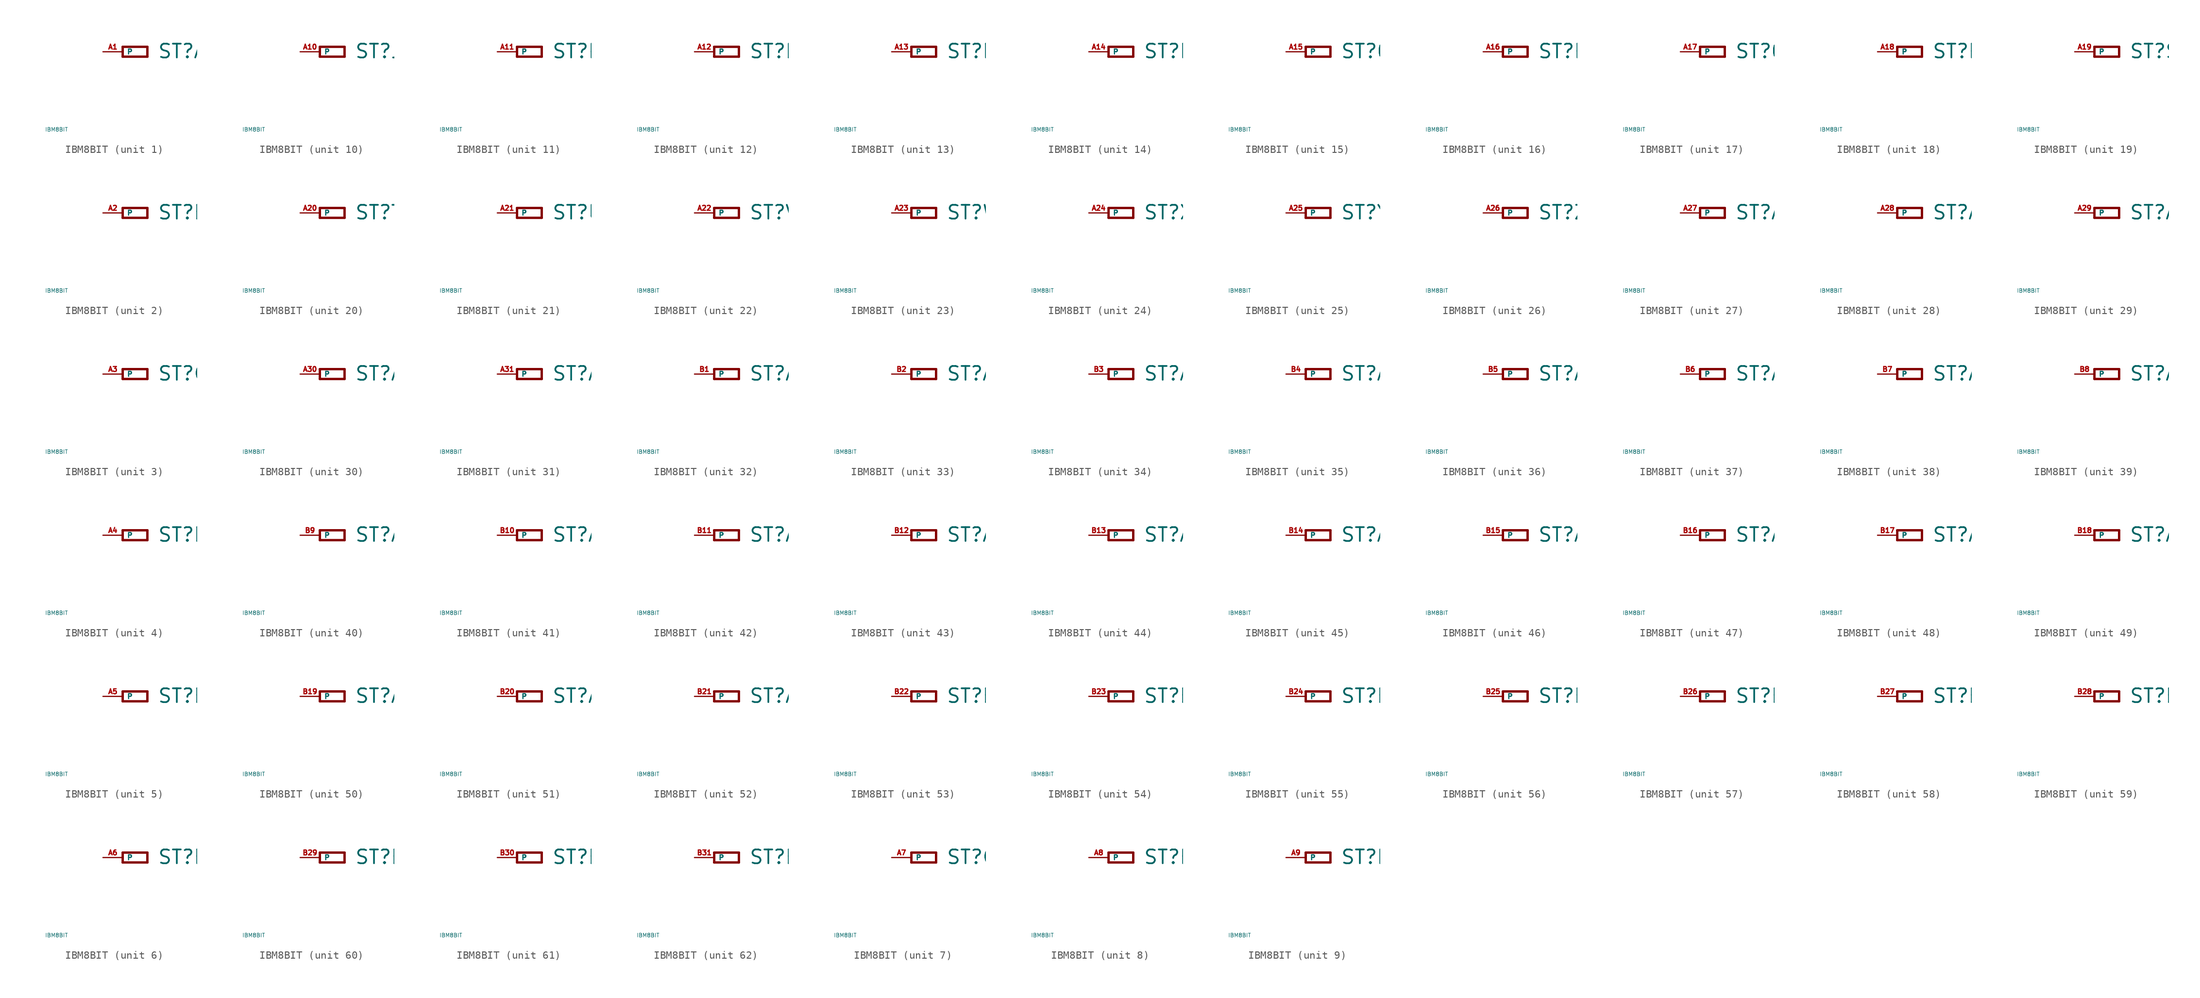
<source format=kicad_sym>
(kicad_symbol_lib
  (version 20220914)
  (generator Eagle2Kicad)
  (symbol "IBM8BIT"
    (property "Reference" "ST"
      (at 4.445 -0.965 0)
      (effects (font (size 1.778 1.778) (thickness 0.22)) (justify left bottom)))
    (property "Value" "IBM8BIT"
      (at -10 -10 0)
      (effects (font (size 0.5 0.5) (thickness 0.06)) (justify left)))
    (symbol "IBM8BIT_1_0"
      (polyline (pts (xy 0 0.635) (xy 3.175 0.635)) (stroke (width 0.305) (type default)) (fill (type none)))
      (polyline (pts (xy 3.175 0.635) (xy 3.175 -0.635)) (stroke (width 0.305) (type default)) (fill (type none)))
      (polyline (pts (xy 3.175 -0.635) (xy 0 -0.635)) (stroke (width 0.305) (type default)) (fill (type none)))
      (polyline (pts (xy 0 -0.635) (xy 0 0.635)) (stroke (width 0.305) (type default)) (fill (type none)))
      (pin bidirectional line (at -2.54 0 0) (length 2.54) (name "P" (effects (font (size 0.635 0.635) (thickness 0.08)) (justify left bottom))) (number "A1" (effects (font (size 0.635 0.635) (thickness 0.08)) (justify left bottom)))))
    (symbol "IBM8BIT_2_0"
      (polyline (pts (xy 0 0.635) (xy 3.175 0.635)) (stroke (width 0.305) (type default)) (fill (type none)))
      (polyline (pts (xy 3.175 0.635) (xy 3.175 -0.635)) (stroke (width 0.305) (type default)) (fill (type none)))
      (polyline (pts (xy 3.175 -0.635) (xy 0 -0.635)) (stroke (width 0.305) (type default)) (fill (type none)))
      (polyline (pts (xy 0 -0.635) (xy 0 0.635)) (stroke (width 0.305) (type default)) (fill (type none)))
      (pin bidirectional line (at -2.54 0 0) (length 2.54) (name "P" (effects (font (size 0.635 0.635) (thickness 0.08)) (justify left bottom))) (number "A2" (effects (font (size 0.635 0.635) (thickness 0.08)) (justify left bottom)))))
    (symbol "IBM8BIT_3_0"
      (polyline (pts (xy 0 0.635) (xy 3.175 0.635)) (stroke (width 0.305) (type default)) (fill (type none)))
      (polyline (pts (xy 3.175 0.635) (xy 3.175 -0.635)) (stroke (width 0.305) (type default)) (fill (type none)))
      (polyline (pts (xy 3.175 -0.635) (xy 0 -0.635)) (stroke (width 0.305) (type default)) (fill (type none)))
      (polyline (pts (xy 0 -0.635) (xy 0 0.635)) (stroke (width 0.305) (type default)) (fill (type none)))
      (pin bidirectional line (at -2.54 0 0) (length 2.54) (name "P" (effects (font (size 0.635 0.635) (thickness 0.08)) (justify left bottom))) (number "A3" (effects (font (size 0.635 0.635) (thickness 0.08)) (justify left bottom)))))
    (symbol "IBM8BIT_4_0"
      (polyline (pts (xy 0 0.635) (xy 3.175 0.635)) (stroke (width 0.305) (type default)) (fill (type none)))
      (polyline (pts (xy 3.175 0.635) (xy 3.175 -0.635)) (stroke (width 0.305) (type default)) (fill (type none)))
      (polyline (pts (xy 3.175 -0.635) (xy 0 -0.635)) (stroke (width 0.305) (type default)) (fill (type none)))
      (polyline (pts (xy 0 -0.635) (xy 0 0.635)) (stroke (width 0.305) (type default)) (fill (type none)))
      (pin bidirectional line (at -2.54 0 0) (length 2.54) (name "P" (effects (font (size 0.635 0.635) (thickness 0.08)) (justify left bottom))) (number "A4" (effects (font (size 0.635 0.635) (thickness 0.08)) (justify left bottom)))))
    (symbol "IBM8BIT_5_0"
      (polyline (pts (xy 0 0.635) (xy 3.175 0.635)) (stroke (width 0.305) (type default)) (fill (type none)))
      (polyline (pts (xy 3.175 0.635) (xy 3.175 -0.635)) (stroke (width 0.305) (type default)) (fill (type none)))
      (polyline (pts (xy 3.175 -0.635) (xy 0 -0.635)) (stroke (width 0.305) (type default)) (fill (type none)))
      (polyline (pts (xy 0 -0.635) (xy 0 0.635)) (stroke (width 0.305) (type default)) (fill (type none)))
      (pin bidirectional line (at -2.54 0 0) (length 2.54) (name "P" (effects (font (size 0.635 0.635) (thickness 0.08)) (justify left bottom))) (number "A5" (effects (font (size 0.635 0.635) (thickness 0.08)) (justify left bottom)))))
    (symbol "IBM8BIT_6_0"
      (polyline (pts (xy 0 0.635) (xy 3.175 0.635)) (stroke (width 0.305) (type default)) (fill (type none)))
      (polyline (pts (xy 3.175 0.635) (xy 3.175 -0.635)) (stroke (width 0.305) (type default)) (fill (type none)))
      (polyline (pts (xy 3.175 -0.635) (xy 0 -0.635)) (stroke (width 0.305) (type default)) (fill (type none)))
      (polyline (pts (xy 0 -0.635) (xy 0 0.635)) (stroke (width 0.305) (type default)) (fill (type none)))
      (pin bidirectional line (at -2.54 0 0) (length 2.54) (name "P" (effects (font (size 0.635 0.635) (thickness 0.08)) (justify left bottom))) (number "A6" (effects (font (size 0.635 0.635) (thickness 0.08)) (justify left bottom)))))
    (symbol "IBM8BIT_7_0"
      (polyline (pts (xy 0 0.635) (xy 3.175 0.635)) (stroke (width 0.305) (type default)) (fill (type none)))
      (polyline (pts (xy 3.175 0.635) (xy 3.175 -0.635)) (stroke (width 0.305) (type default)) (fill (type none)))
      (polyline (pts (xy 3.175 -0.635) (xy 0 -0.635)) (stroke (width 0.305) (type default)) (fill (type none)))
      (polyline (pts (xy 0 -0.635) (xy 0 0.635)) (stroke (width 0.305) (type default)) (fill (type none)))
      (pin bidirectional line (at -2.54 0 0) (length 2.54) (name "P" (effects (font (size 0.635 0.635) (thickness 0.08)) (justify left bottom))) (number "A7" (effects (font (size 0.635 0.635) (thickness 0.08)) (justify left bottom)))))
    (symbol "IBM8BIT_8_0"
      (polyline (pts (xy 0 0.635) (xy 3.175 0.635)) (stroke (width 0.305) (type default)) (fill (type none)))
      (polyline (pts (xy 3.175 0.635) (xy 3.175 -0.635)) (stroke (width 0.305) (type default)) (fill (type none)))
      (polyline (pts (xy 3.175 -0.635) (xy 0 -0.635)) (stroke (width 0.305) (type default)) (fill (type none)))
      (polyline (pts (xy 0 -0.635) (xy 0 0.635)) (stroke (width 0.305) (type default)) (fill (type none)))
      (pin bidirectional line (at -2.54 0 0) (length 2.54) (name "P" (effects (font (size 0.635 0.635) (thickness 0.08)) (justify left bottom))) (number "A8" (effects (font (size 0.635 0.635) (thickness 0.08)) (justify left bottom)))))
    (symbol "IBM8BIT_9_0"
      (polyline (pts (xy 0 0.635) (xy 3.175 0.635)) (stroke (width 0.305) (type default)) (fill (type none)))
      (polyline (pts (xy 3.175 0.635) (xy 3.175 -0.635)) (stroke (width 0.305) (type default)) (fill (type none)))
      (polyline (pts (xy 3.175 -0.635) (xy 0 -0.635)) (stroke (width 0.305) (type default)) (fill (type none)))
      (polyline (pts (xy 0 -0.635) (xy 0 0.635)) (stroke (width 0.305) (type default)) (fill (type none)))
      (pin bidirectional line (at -2.54 0 0) (length 2.54) (name "P" (effects (font (size 0.635 0.635) (thickness 0.08)) (justify left bottom))) (number "A9" (effects (font (size 0.635 0.635) (thickness 0.08)) (justify left bottom)))))
    (symbol "IBM8BIT_10_0"
      (polyline (pts (xy 0 0.635) (xy 3.175 0.635)) (stroke (width 0.305) (type default)) (fill (type none)))
      (polyline (pts (xy 3.175 0.635) (xy 3.175 -0.635)) (stroke (width 0.305) (type default)) (fill (type none)))
      (polyline (pts (xy 3.175 -0.635) (xy 0 -0.635)) (stroke (width 0.305) (type default)) (fill (type none)))
      (polyline (pts (xy 0 -0.635) (xy 0 0.635)) (stroke (width 0.305) (type default)) (fill (type none)))
      (pin bidirectional line (at -2.54 0 0) (length 2.54) (name "P" (effects (font (size 0.635 0.635) (thickness 0.08)) (justify left bottom))) (number "A10" (effects (font (size 0.635 0.635) (thickness 0.08)) (justify left bottom)))))
    (symbol "IBM8BIT_11_0"
      (polyline (pts (xy 0 0.635) (xy 3.175 0.635)) (stroke (width 0.305) (type default)) (fill (type none)))
      (polyline (pts (xy 3.175 0.635) (xy 3.175 -0.635)) (stroke (width 0.305) (type default)) (fill (type none)))
      (polyline (pts (xy 3.175 -0.635) (xy 0 -0.635)) (stroke (width 0.305) (type default)) (fill (type none)))
      (polyline (pts (xy 0 -0.635) (xy 0 0.635)) (stroke (width 0.305) (type default)) (fill (type none)))
      (pin bidirectional line (at -2.54 0 0) (length 2.54) (name "P" (effects (font (size 0.635 0.635) (thickness 0.08)) (justify left bottom))) (number "A11" (effects (font (size 0.635 0.635) (thickness 0.08)) (justify left bottom)))))
    (symbol "IBM8BIT_12_0"
      (polyline (pts (xy 0 0.635) (xy 3.175 0.635)) (stroke (width 0.305) (type default)) (fill (type none)))
      (polyline (pts (xy 3.175 0.635) (xy 3.175 -0.635)) (stroke (width 0.305) (type default)) (fill (type none)))
      (polyline (pts (xy 3.175 -0.635) (xy 0 -0.635)) (stroke (width 0.305) (type default)) (fill (type none)))
      (polyline (pts (xy 0 -0.635) (xy 0 0.635)) (stroke (width 0.305) (type default)) (fill (type none)))
      (pin bidirectional line (at -2.54 0 0) (length 2.54) (name "P" (effects (font (size 0.635 0.635) (thickness 0.08)) (justify left bottom))) (number "A12" (effects (font (size 0.635 0.635) (thickness 0.08)) (justify left bottom)))))
    (symbol "IBM8BIT_13_0"
      (polyline (pts (xy 0 0.635) (xy 3.175 0.635)) (stroke (width 0.305) (type default)) (fill (type none)))
      (polyline (pts (xy 3.175 0.635) (xy 3.175 -0.635)) (stroke (width 0.305) (type default)) (fill (type none)))
      (polyline (pts (xy 3.175 -0.635) (xy 0 -0.635)) (stroke (width 0.305) (type default)) (fill (type none)))
      (polyline (pts (xy 0 -0.635) (xy 0 0.635)) (stroke (width 0.305) (type default)) (fill (type none)))
      (pin bidirectional line (at -2.54 0 0) (length 2.54) (name "P" (effects (font (size 0.635 0.635) (thickness 0.08)) (justify left bottom))) (number "A13" (effects (font (size 0.635 0.635) (thickness 0.08)) (justify left bottom)))))
    (symbol "IBM8BIT_14_0"
      (polyline (pts (xy 0 0.635) (xy 3.175 0.635)) (stroke (width 0.305) (type default)) (fill (type none)))
      (polyline (pts (xy 3.175 0.635) (xy 3.175 -0.635)) (stroke (width 0.305) (type default)) (fill (type none)))
      (polyline (pts (xy 3.175 -0.635) (xy 0 -0.635)) (stroke (width 0.305) (type default)) (fill (type none)))
      (polyline (pts (xy 0 -0.635) (xy 0 0.635)) (stroke (width 0.305) (type default)) (fill (type none)))
      (pin bidirectional line (at -2.54 0 0) (length 2.54) (name "P" (effects (font (size 0.635 0.635) (thickness 0.08)) (justify left bottom))) (number "A14" (effects (font (size 0.635 0.635) (thickness 0.08)) (justify left bottom)))))
    (symbol "IBM8BIT_15_0"
      (polyline (pts (xy 0 0.635) (xy 3.175 0.635)) (stroke (width 0.305) (type default)) (fill (type none)))
      (polyline (pts (xy 3.175 0.635) (xy 3.175 -0.635)) (stroke (width 0.305) (type default)) (fill (type none)))
      (polyline (pts (xy 3.175 -0.635) (xy 0 -0.635)) (stroke (width 0.305) (type default)) (fill (type none)))
      (polyline (pts (xy 0 -0.635) (xy 0 0.635)) (stroke (width 0.305) (type default)) (fill (type none)))
      (pin bidirectional line (at -2.54 0 0) (length 2.54) (name "P" (effects (font (size 0.635 0.635) (thickness 0.08)) (justify left bottom))) (number "A15" (effects (font (size 0.635 0.635) (thickness 0.08)) (justify left bottom)))))
    (symbol "IBM8BIT_16_0"
      (polyline (pts (xy 0 0.635) (xy 3.175 0.635)) (stroke (width 0.305) (type default)) (fill (type none)))
      (polyline (pts (xy 3.175 0.635) (xy 3.175 -0.635)) (stroke (width 0.305) (type default)) (fill (type none)))
      (polyline (pts (xy 3.175 -0.635) (xy 0 -0.635)) (stroke (width 0.305) (type default)) (fill (type none)))
      (polyline (pts (xy 0 -0.635) (xy 0 0.635)) (stroke (width 0.305) (type default)) (fill (type none)))
      (pin bidirectional line (at -2.54 0 0) (length 2.54) (name "P" (effects (font (size 0.635 0.635) (thickness 0.08)) (justify left bottom))) (number "A16" (effects (font (size 0.635 0.635) (thickness 0.08)) (justify left bottom)))))
    (symbol "IBM8BIT_17_0"
      (polyline (pts (xy 0 0.635) (xy 3.175 0.635)) (stroke (width 0.305) (type default)) (fill (type none)))
      (polyline (pts (xy 3.175 0.635) (xy 3.175 -0.635)) (stroke (width 0.305) (type default)) (fill (type none)))
      (polyline (pts (xy 3.175 -0.635) (xy 0 -0.635)) (stroke (width 0.305) (type default)) (fill (type none)))
      (polyline (pts (xy 0 -0.635) (xy 0 0.635)) (stroke (width 0.305) (type default)) (fill (type none)))
      (pin bidirectional line (at -2.54 0 0) (length 2.54) (name "P" (effects (font (size 0.635 0.635) (thickness 0.08)) (justify left bottom))) (number "A17" (effects (font (size 0.635 0.635) (thickness 0.08)) (justify left bottom)))))
    (symbol "IBM8BIT_18_0"
      (polyline (pts (xy 0 0.635) (xy 3.175 0.635)) (stroke (width 0.305) (type default)) (fill (type none)))
      (polyline (pts (xy 3.175 0.635) (xy 3.175 -0.635)) (stroke (width 0.305) (type default)) (fill (type none)))
      (polyline (pts (xy 3.175 -0.635) (xy 0 -0.635)) (stroke (width 0.305) (type default)) (fill (type none)))
      (polyline (pts (xy 0 -0.635) (xy 0 0.635)) (stroke (width 0.305) (type default)) (fill (type none)))
      (pin bidirectional line (at -2.54 0 0) (length 2.54) (name "P" (effects (font (size 0.635 0.635) (thickness 0.08)) (justify left bottom))) (number "A18" (effects (font (size 0.635 0.635) (thickness 0.08)) (justify left bottom)))))
    (symbol "IBM8BIT_19_0"
      (polyline (pts (xy 0 0.635) (xy 3.175 0.635)) (stroke (width 0.305) (type default)) (fill (type none)))
      (polyline (pts (xy 3.175 0.635) (xy 3.175 -0.635)) (stroke (width 0.305) (type default)) (fill (type none)))
      (polyline (pts (xy 3.175 -0.635) (xy 0 -0.635)) (stroke (width 0.305) (type default)) (fill (type none)))
      (polyline (pts (xy 0 -0.635) (xy 0 0.635)) (stroke (width 0.305) (type default)) (fill (type none)))
      (pin bidirectional line (at -2.54 0 0) (length 2.54) (name "P" (effects (font (size 0.635 0.635) (thickness 0.08)) (justify left bottom))) (number "A19" (effects (font (size 0.635 0.635) (thickness 0.08)) (justify left bottom)))))
    (symbol "IBM8BIT_20_0"
      (polyline (pts (xy 0 0.635) (xy 3.175 0.635)) (stroke (width 0.305) (type default)) (fill (type none)))
      (polyline (pts (xy 3.175 0.635) (xy 3.175 -0.635)) (stroke (width 0.305) (type default)) (fill (type none)))
      (polyline (pts (xy 3.175 -0.635) (xy 0 -0.635)) (stroke (width 0.305) (type default)) (fill (type none)))
      (polyline (pts (xy 0 -0.635) (xy 0 0.635)) (stroke (width 0.305) (type default)) (fill (type none)))
      (pin bidirectional line (at -2.54 0 0) (length 2.54) (name "P" (effects (font (size 0.635 0.635) (thickness 0.08)) (justify left bottom))) (number "A20" (effects (font (size 0.635 0.635) (thickness 0.08)) (justify left bottom)))))
    (symbol "IBM8BIT_21_0"
      (polyline (pts (xy 0 0.635) (xy 3.175 0.635)) (stroke (width 0.305) (type default)) (fill (type none)))
      (polyline (pts (xy 3.175 0.635) (xy 3.175 -0.635)) (stroke (width 0.305) (type default)) (fill (type none)))
      (polyline (pts (xy 3.175 -0.635) (xy 0 -0.635)) (stroke (width 0.305) (type default)) (fill (type none)))
      (polyline (pts (xy 0 -0.635) (xy 0 0.635)) (stroke (width 0.305) (type default)) (fill (type none)))
      (pin bidirectional line (at -2.54 0 0) (length 2.54) (name "P" (effects (font (size 0.635 0.635) (thickness 0.08)) (justify left bottom))) (number "A21" (effects (font (size 0.635 0.635) (thickness 0.08)) (justify left bottom)))))
    (symbol "IBM8BIT_22_0"
      (polyline (pts (xy 0 0.635) (xy 3.175 0.635)) (stroke (width 0.305) (type default)) (fill (type none)))
      (polyline (pts (xy 3.175 0.635) (xy 3.175 -0.635)) (stroke (width 0.305) (type default)) (fill (type none)))
      (polyline (pts (xy 3.175 -0.635) (xy 0 -0.635)) (stroke (width 0.305) (type default)) (fill (type none)))
      (polyline (pts (xy 0 -0.635) (xy 0 0.635)) (stroke (width 0.305) (type default)) (fill (type none)))
      (pin bidirectional line (at -2.54 0 0) (length 2.54) (name "P" (effects (font (size 0.635 0.635) (thickness 0.08)) (justify left bottom))) (number "A22" (effects (font (size 0.635 0.635) (thickness 0.08)) (justify left bottom)))))
    (symbol "IBM8BIT_23_0"
      (polyline (pts (xy 0 0.635) (xy 3.175 0.635)) (stroke (width 0.305) (type default)) (fill (type none)))
      (polyline (pts (xy 3.175 0.635) (xy 3.175 -0.635)) (stroke (width 0.305) (type default)) (fill (type none)))
      (polyline (pts (xy 3.175 -0.635) (xy 0 -0.635)) (stroke (width 0.305) (type default)) (fill (type none)))
      (polyline (pts (xy 0 -0.635) (xy 0 0.635)) (stroke (width 0.305) (type default)) (fill (type none)))
      (pin bidirectional line (at -2.54 0 0) (length 2.54) (name "P" (effects (font (size 0.635 0.635) (thickness 0.08)) (justify left bottom))) (number "A23" (effects (font (size 0.635 0.635) (thickness 0.08)) (justify left bottom)))))
    (symbol "IBM8BIT_24_0"
      (polyline (pts (xy 0 0.635) (xy 3.175 0.635)) (stroke (width 0.305) (type default)) (fill (type none)))
      (polyline (pts (xy 3.175 0.635) (xy 3.175 -0.635)) (stroke (width 0.305) (type default)) (fill (type none)))
      (polyline (pts (xy 3.175 -0.635) (xy 0 -0.635)) (stroke (width 0.305) (type default)) (fill (type none)))
      (polyline (pts (xy 0 -0.635) (xy 0 0.635)) (stroke (width 0.305) (type default)) (fill (type none)))
      (pin bidirectional line (at -2.54 0 0) (length 2.54) (name "P" (effects (font (size 0.635 0.635) (thickness 0.08)) (justify left bottom))) (number "A24" (effects (font (size 0.635 0.635) (thickness 0.08)) (justify left bottom)))))
    (symbol "IBM8BIT_25_0"
      (polyline (pts (xy 0 0.635) (xy 3.175 0.635)) (stroke (width 0.305) (type default)) (fill (type none)))
      (polyline (pts (xy 3.175 0.635) (xy 3.175 -0.635)) (stroke (width 0.305) (type default)) (fill (type none)))
      (polyline (pts (xy 3.175 -0.635) (xy 0 -0.635)) (stroke (width 0.305) (type default)) (fill (type none)))
      (polyline (pts (xy 0 -0.635) (xy 0 0.635)) (stroke (width 0.305) (type default)) (fill (type none)))
      (pin bidirectional line (at -2.54 0 0) (length 2.54) (name "P" (effects (font (size 0.635 0.635) (thickness 0.08)) (justify left bottom))) (number "A25" (effects (font (size 0.635 0.635) (thickness 0.08)) (justify left bottom)))))
    (symbol "IBM8BIT_26_0"
      (polyline (pts (xy 0 0.635) (xy 3.175 0.635)) (stroke (width 0.305) (type default)) (fill (type none)))
      (polyline (pts (xy 3.175 0.635) (xy 3.175 -0.635)) (stroke (width 0.305) (type default)) (fill (type none)))
      (polyline (pts (xy 3.175 -0.635) (xy 0 -0.635)) (stroke (width 0.305) (type default)) (fill (type none)))
      (polyline (pts (xy 0 -0.635) (xy 0 0.635)) (stroke (width 0.305) (type default)) (fill (type none)))
      (pin bidirectional line (at -2.54 0 0) (length 2.54) (name "P" (effects (font (size 0.635 0.635) (thickness 0.08)) (justify left bottom))) (number "A26" (effects (font (size 0.635 0.635) (thickness 0.08)) (justify left bottom)))))
    (symbol "IBM8BIT_27_0"
      (polyline (pts (xy 0 0.635) (xy 3.175 0.635)) (stroke (width 0.305) (type default)) (fill (type none)))
      (polyline (pts (xy 3.175 0.635) (xy 3.175 -0.635)) (stroke (width 0.305) (type default)) (fill (type none)))
      (polyline (pts (xy 3.175 -0.635) (xy 0 -0.635)) (stroke (width 0.305) (type default)) (fill (type none)))
      (polyline (pts (xy 0 -0.635) (xy 0 0.635)) (stroke (width 0.305) (type default)) (fill (type none)))
      (pin bidirectional line (at -2.54 0 0) (length 2.54) (name "P" (effects (font (size 0.635 0.635) (thickness 0.08)) (justify left bottom))) (number "A27" (effects (font (size 0.635 0.635) (thickness 0.08)) (justify left bottom)))))
    (symbol "IBM8BIT_28_0"
      (polyline (pts (xy 0 0.635) (xy 3.175 0.635)) (stroke (width 0.305) (type default)) (fill (type none)))
      (polyline (pts (xy 3.175 0.635) (xy 3.175 -0.635)) (stroke (width 0.305) (type default)) (fill (type none)))
      (polyline (pts (xy 3.175 -0.635) (xy 0 -0.635)) (stroke (width 0.305) (type default)) (fill (type none)))
      (polyline (pts (xy 0 -0.635) (xy 0 0.635)) (stroke (width 0.305) (type default)) (fill (type none)))
      (pin bidirectional line (at -2.54 0 0) (length 2.54) (name "P" (effects (font (size 0.635 0.635) (thickness 0.08)) (justify left bottom))) (number "A28" (effects (font (size 0.635 0.635) (thickness 0.08)) (justify left bottom)))))
    (symbol "IBM8BIT_29_0"
      (polyline (pts (xy 0 0.635) (xy 3.175 0.635)) (stroke (width 0.305) (type default)) (fill (type none)))
      (polyline (pts (xy 3.175 0.635) (xy 3.175 -0.635)) (stroke (width 0.305) (type default)) (fill (type none)))
      (polyline (pts (xy 3.175 -0.635) (xy 0 -0.635)) (stroke (width 0.305) (type default)) (fill (type none)))
      (polyline (pts (xy 0 -0.635) (xy 0 0.635)) (stroke (width 0.305) (type default)) (fill (type none)))
      (pin bidirectional line (at -2.54 0 0) (length 2.54) (name "P" (effects (font (size 0.635 0.635) (thickness 0.08)) (justify left bottom))) (number "A29" (effects (font (size 0.635 0.635) (thickness 0.08)) (justify left bottom)))))
    (symbol "IBM8BIT_30_0"
      (polyline (pts (xy 0 0.635) (xy 3.175 0.635)) (stroke (width 0.305) (type default)) (fill (type none)))
      (polyline (pts (xy 3.175 0.635) (xy 3.175 -0.635)) (stroke (width 0.305) (type default)) (fill (type none)))
      (polyline (pts (xy 3.175 -0.635) (xy 0 -0.635)) (stroke (width 0.305) (type default)) (fill (type none)))
      (polyline (pts (xy 0 -0.635) (xy 0 0.635)) (stroke (width 0.305) (type default)) (fill (type none)))
      (pin bidirectional line (at -2.54 0 0) (length 2.54) (name "P" (effects (font (size 0.635 0.635) (thickness 0.08)) (justify left bottom))) (number "A30" (effects (font (size 0.635 0.635) (thickness 0.08)) (justify left bottom)))))
    (symbol "IBM8BIT_31_0"
      (polyline (pts (xy 0 0.635) (xy 3.175 0.635)) (stroke (width 0.305) (type default)) (fill (type none)))
      (polyline (pts (xy 3.175 0.635) (xy 3.175 -0.635)) (stroke (width 0.305) (type default)) (fill (type none)))
      (polyline (pts (xy 3.175 -0.635) (xy 0 -0.635)) (stroke (width 0.305) (type default)) (fill (type none)))
      (polyline (pts (xy 0 -0.635) (xy 0 0.635)) (stroke (width 0.305) (type default)) (fill (type none)))
      (pin bidirectional line (at -2.54 0 0) (length 2.54) (name "P" (effects (font (size 0.635 0.635) (thickness 0.08)) (justify left bottom))) (number "A31" (effects (font (size 0.635 0.635) (thickness 0.08)) (justify left bottom)))))
    (symbol "IBM8BIT_32_0"
      (polyline (pts (xy 0 0.635) (xy 3.175 0.635)) (stroke (width 0.305) (type default)) (fill (type none)))
      (polyline (pts (xy 3.175 0.635) (xy 3.175 -0.635)) (stroke (width 0.305) (type default)) (fill (type none)))
      (polyline (pts (xy 3.175 -0.635) (xy 0 -0.635)) (stroke (width 0.305) (type default)) (fill (type none)))
      (polyline (pts (xy 0 -0.635) (xy 0 0.635)) (stroke (width 0.305) (type default)) (fill (type none)))
      (pin bidirectional line (at -2.54 0 0) (length 2.54) (name "P" (effects (font (size 0.635 0.635) (thickness 0.08)) (justify left bottom))) (number "B1" (effects (font (size 0.635 0.635) (thickness 0.08)) (justify left bottom)))))
    (symbol "IBM8BIT_33_0"
      (polyline (pts (xy 0 0.635) (xy 3.175 0.635)) (stroke (width 0.305) (type default)) (fill (type none)))
      (polyline (pts (xy 3.175 0.635) (xy 3.175 -0.635)) (stroke (width 0.305) (type default)) (fill (type none)))
      (polyline (pts (xy 3.175 -0.635) (xy 0 -0.635)) (stroke (width 0.305) (type default)) (fill (type none)))
      (polyline (pts (xy 0 -0.635) (xy 0 0.635)) (stroke (width 0.305) (type default)) (fill (type none)))
      (pin bidirectional line (at -2.54 0 0) (length 2.54) (name "P" (effects (font (size 0.635 0.635) (thickness 0.08)) (justify left bottom))) (number "B2" (effects (font (size 0.635 0.635) (thickness 0.08)) (justify left bottom)))))
    (symbol "IBM8BIT_34_0"
      (polyline (pts (xy 0 0.635) (xy 3.175 0.635)) (stroke (width 0.305) (type default)) (fill (type none)))
      (polyline (pts (xy 3.175 0.635) (xy 3.175 -0.635)) (stroke (width 0.305) (type default)) (fill (type none)))
      (polyline (pts (xy 3.175 -0.635) (xy 0 -0.635)) (stroke (width 0.305) (type default)) (fill (type none)))
      (polyline (pts (xy 0 -0.635) (xy 0 0.635)) (stroke (width 0.305) (type default)) (fill (type none)))
      (pin bidirectional line (at -2.54 0 0) (length 2.54) (name "P" (effects (font (size 0.635 0.635) (thickness 0.08)) (justify left bottom))) (number "B3" (effects (font (size 0.635 0.635) (thickness 0.08)) (justify left bottom)))))
    (symbol "IBM8BIT_35_0"
      (polyline (pts (xy 0 0.635) (xy 3.175 0.635)) (stroke (width 0.305) (type default)) (fill (type none)))
      (polyline (pts (xy 3.175 0.635) (xy 3.175 -0.635)) (stroke (width 0.305) (type default)) (fill (type none)))
      (polyline (pts (xy 3.175 -0.635) (xy 0 -0.635)) (stroke (width 0.305) (type default)) (fill (type none)))
      (polyline (pts (xy 0 -0.635) (xy 0 0.635)) (stroke (width 0.305) (type default)) (fill (type none)))
      (pin bidirectional line (at -2.54 0 0) (length 2.54) (name "P" (effects (font (size 0.635 0.635) (thickness 0.08)) (justify left bottom))) (number "B4" (effects (font (size 0.635 0.635) (thickness 0.08)) (justify left bottom)))))
    (symbol "IBM8BIT_36_0"
      (polyline (pts (xy 0 0.635) (xy 3.175 0.635)) (stroke (width 0.305) (type default)) (fill (type none)))
      (polyline (pts (xy 3.175 0.635) (xy 3.175 -0.635)) (stroke (width 0.305) (type default)) (fill (type none)))
      (polyline (pts (xy 3.175 -0.635) (xy 0 -0.635)) (stroke (width 0.305) (type default)) (fill (type none)))
      (polyline (pts (xy 0 -0.635) (xy 0 0.635)) (stroke (width 0.305) (type default)) (fill (type none)))
      (pin bidirectional line (at -2.54 0 0) (length 2.54) (name "P" (effects (font (size 0.635 0.635) (thickness 0.08)) (justify left bottom))) (number "B5" (effects (font (size 0.635 0.635) (thickness 0.08)) (justify left bottom)))))
    (symbol "IBM8BIT_37_0"
      (polyline (pts (xy 0 0.635) (xy 3.175 0.635)) (stroke (width 0.305) (type default)) (fill (type none)))
      (polyline (pts (xy 3.175 0.635) (xy 3.175 -0.635)) (stroke (width 0.305) (type default)) (fill (type none)))
      (polyline (pts (xy 3.175 -0.635) (xy 0 -0.635)) (stroke (width 0.305) (type default)) (fill (type none)))
      (polyline (pts (xy 0 -0.635) (xy 0 0.635)) (stroke (width 0.305) (type default)) (fill (type none)))
      (pin bidirectional line (at -2.54 0 0) (length 2.54) (name "P" (effects (font (size 0.635 0.635) (thickness 0.08)) (justify left bottom))) (number "B6" (effects (font (size 0.635 0.635) (thickness 0.08)) (justify left bottom)))))
    (symbol "IBM8BIT_38_0"
      (polyline (pts (xy 0 0.635) (xy 3.175 0.635)) (stroke (width 0.305) (type default)) (fill (type none)))
      (polyline (pts (xy 3.175 0.635) (xy 3.175 -0.635)) (stroke (width 0.305) (type default)) (fill (type none)))
      (polyline (pts (xy 3.175 -0.635) (xy 0 -0.635)) (stroke (width 0.305) (type default)) (fill (type none)))
      (polyline (pts (xy 0 -0.635) (xy 0 0.635)) (stroke (width 0.305) (type default)) (fill (type none)))
      (pin bidirectional line (at -2.54 0 0) (length 2.54) (name "P" (effects (font (size 0.635 0.635) (thickness 0.08)) (justify left bottom))) (number "B7" (effects (font (size 0.635 0.635) (thickness 0.08)) (justify left bottom)))))
    (symbol "IBM8BIT_39_0"
      (polyline (pts (xy 0 0.635) (xy 3.175 0.635)) (stroke (width 0.305) (type default)) (fill (type none)))
      (polyline (pts (xy 3.175 0.635) (xy 3.175 -0.635)) (stroke (width 0.305) (type default)) (fill (type none)))
      (polyline (pts (xy 3.175 -0.635) (xy 0 -0.635)) (stroke (width 0.305) (type default)) (fill (type none)))
      (polyline (pts (xy 0 -0.635) (xy 0 0.635)) (stroke (width 0.305) (type default)) (fill (type none)))
      (pin bidirectional line (at -2.54 0 0) (length 2.54) (name "P" (effects (font (size 0.635 0.635) (thickness 0.08)) (justify left bottom))) (number "B8" (effects (font (size 0.635 0.635) (thickness 0.08)) (justify left bottom)))))
    (symbol "IBM8BIT_40_0"
      (polyline (pts (xy 0 0.635) (xy 3.175 0.635)) (stroke (width 0.305) (type default)) (fill (type none)))
      (polyline (pts (xy 3.175 0.635) (xy 3.175 -0.635)) (stroke (width 0.305) (type default)) (fill (type none)))
      (polyline (pts (xy 3.175 -0.635) (xy 0 -0.635)) (stroke (width 0.305) (type default)) (fill (type none)))
      (polyline (pts (xy 0 -0.635) (xy 0 0.635)) (stroke (width 0.305) (type default)) (fill (type none)))
      (pin bidirectional line (at -2.54 0 0) (length 2.54) (name "P" (effects (font (size 0.635 0.635) (thickness 0.08)) (justify left bottom))) (number "B9" (effects (font (size 0.635 0.635) (thickness 0.08)) (justify left bottom)))))
    (symbol "IBM8BIT_41_0"
      (polyline (pts (xy 0 0.635) (xy 3.175 0.635)) (stroke (width 0.305) (type default)) (fill (type none)))
      (polyline (pts (xy 3.175 0.635) (xy 3.175 -0.635)) (stroke (width 0.305) (type default)) (fill (type none)))
      (polyline (pts (xy 3.175 -0.635) (xy 0 -0.635)) (stroke (width 0.305) (type default)) (fill (type none)))
      (polyline (pts (xy 0 -0.635) (xy 0 0.635)) (stroke (width 0.305) (type default)) (fill (type none)))
      (pin bidirectional line (at -2.54 0 0) (length 2.54) (name "P" (effects (font (size 0.635 0.635) (thickness 0.08)) (justify left bottom))) (number "B10" (effects (font (size 0.635 0.635) (thickness 0.08)) (justify left bottom)))))
    (symbol "IBM8BIT_42_0"
      (polyline (pts (xy 0 0.635) (xy 3.175 0.635)) (stroke (width 0.305) (type default)) (fill (type none)))
      (polyline (pts (xy 3.175 0.635) (xy 3.175 -0.635)) (stroke (width 0.305) (type default)) (fill (type none)))
      (polyline (pts (xy 3.175 -0.635) (xy 0 -0.635)) (stroke (width 0.305) (type default)) (fill (type none)))
      (polyline (pts (xy 0 -0.635) (xy 0 0.635)) (stroke (width 0.305) (type default)) (fill (type none)))
      (pin bidirectional line (at -2.54 0 0) (length 2.54) (name "P" (effects (font (size 0.635 0.635) (thickness 0.08)) (justify left bottom))) (number "B11" (effects (font (size 0.635 0.635) (thickness 0.08)) (justify left bottom)))))
    (symbol "IBM8BIT_43_0"
      (polyline (pts (xy 0 0.635) (xy 3.175 0.635)) (stroke (width 0.305) (type default)) (fill (type none)))
      (polyline (pts (xy 3.175 0.635) (xy 3.175 -0.635)) (stroke (width 0.305) (type default)) (fill (type none)))
      (polyline (pts (xy 3.175 -0.635) (xy 0 -0.635)) (stroke (width 0.305) (type default)) (fill (type none)))
      (polyline (pts (xy 0 -0.635) (xy 0 0.635)) (stroke (width 0.305) (type default)) (fill (type none)))
      (pin bidirectional line (at -2.54 0 0) (length 2.54) (name "P" (effects (font (size 0.635 0.635) (thickness 0.08)) (justify left bottom))) (number "B12" (effects (font (size 0.635 0.635) (thickness 0.08)) (justify left bottom)))))
    (symbol "IBM8BIT_44_0"
      (polyline (pts (xy 0 0.635) (xy 3.175 0.635)) (stroke (width 0.305) (type default)) (fill (type none)))
      (polyline (pts (xy 3.175 0.635) (xy 3.175 -0.635)) (stroke (width 0.305) (type default)) (fill (type none)))
      (polyline (pts (xy 3.175 -0.635) (xy 0 -0.635)) (stroke (width 0.305) (type default)) (fill (type none)))
      (polyline (pts (xy 0 -0.635) (xy 0 0.635)) (stroke (width 0.305) (type default)) (fill (type none)))
      (pin bidirectional line (at -2.54 0 0) (length 2.54) (name "P" (effects (font (size 0.635 0.635) (thickness 0.08)) (justify left bottom))) (number "B13" (effects (font (size 0.635 0.635) (thickness 0.08)) (justify left bottom)))))
    (symbol "IBM8BIT_45_0"
      (polyline (pts (xy 0 0.635) (xy 3.175 0.635)) (stroke (width 0.305) (type default)) (fill (type none)))
      (polyline (pts (xy 3.175 0.635) (xy 3.175 -0.635)) (stroke (width 0.305) (type default)) (fill (type none)))
      (polyline (pts (xy 3.175 -0.635) (xy 0 -0.635)) (stroke (width 0.305) (type default)) (fill (type none)))
      (polyline (pts (xy 0 -0.635) (xy 0 0.635)) (stroke (width 0.305) (type default)) (fill (type none)))
      (pin bidirectional line (at -2.54 0 0) (length 2.54) (name "P" (effects (font (size 0.635 0.635) (thickness 0.08)) (justify left bottom))) (number "B14" (effects (font (size 0.635 0.635) (thickness 0.08)) (justify left bottom)))))
    (symbol "IBM8BIT_46_0"
      (polyline (pts (xy 0 0.635) (xy 3.175 0.635)) (stroke (width 0.305) (type default)) (fill (type none)))
      (polyline (pts (xy 3.175 0.635) (xy 3.175 -0.635)) (stroke (width 0.305) (type default)) (fill (type none)))
      (polyline (pts (xy 3.175 -0.635) (xy 0 -0.635)) (stroke (width 0.305) (type default)) (fill (type none)))
      (polyline (pts (xy 0 -0.635) (xy 0 0.635)) (stroke (width 0.305) (type default)) (fill (type none)))
      (pin bidirectional line (at -2.54 0 0) (length 2.54) (name "P" (effects (font (size 0.635 0.635) (thickness 0.08)) (justify left bottom))) (number "B15" (effects (font (size 0.635 0.635) (thickness 0.08)) (justify left bottom)))))
    (symbol "IBM8BIT_47_0"
      (polyline (pts (xy 0 0.635) (xy 3.175 0.635)) (stroke (width 0.305) (type default)) (fill (type none)))
      (polyline (pts (xy 3.175 0.635) (xy 3.175 -0.635)) (stroke (width 0.305) (type default)) (fill (type none)))
      (polyline (pts (xy 3.175 -0.635) (xy 0 -0.635)) (stroke (width 0.305) (type default)) (fill (type none)))
      (polyline (pts (xy 0 -0.635) (xy 0 0.635)) (stroke (width 0.305) (type default)) (fill (type none)))
      (pin bidirectional line (at -2.54 0 0) (length 2.54) (name "P" (effects (font (size 0.635 0.635) (thickness 0.08)) (justify left bottom))) (number "B16" (effects (font (size 0.635 0.635) (thickness 0.08)) (justify left bottom)))))
    (symbol "IBM8BIT_48_0"
      (polyline (pts (xy 0 0.635) (xy 3.175 0.635)) (stroke (width 0.305) (type default)) (fill (type none)))
      (polyline (pts (xy 3.175 0.635) (xy 3.175 -0.635)) (stroke (width 0.305) (type default)) (fill (type none)))
      (polyline (pts (xy 3.175 -0.635) (xy 0 -0.635)) (stroke (width 0.305) (type default)) (fill (type none)))
      (polyline (pts (xy 0 -0.635) (xy 0 0.635)) (stroke (width 0.305) (type default)) (fill (type none)))
      (pin bidirectional line (at -2.54 0 0) (length 2.54) (name "P" (effects (font (size 0.635 0.635) (thickness 0.08)) (justify left bottom))) (number "B17" (effects (font (size 0.635 0.635) (thickness 0.08)) (justify left bottom)))))
    (symbol "IBM8BIT_49_0"
      (polyline (pts (xy 0 0.635) (xy 3.175 0.635)) (stroke (width 0.305) (type default)) (fill (type none)))
      (polyline (pts (xy 3.175 0.635) (xy 3.175 -0.635)) (stroke (width 0.305) (type default)) (fill (type none)))
      (polyline (pts (xy 3.175 -0.635) (xy 0 -0.635)) (stroke (width 0.305) (type default)) (fill (type none)))
      (polyline (pts (xy 0 -0.635) (xy 0 0.635)) (stroke (width 0.305) (type default)) (fill (type none)))
      (pin bidirectional line (at -2.54 0 0) (length 2.54) (name "P" (effects (font (size 0.635 0.635) (thickness 0.08)) (justify left bottom))) (number "B18" (effects (font (size 0.635 0.635) (thickness 0.08)) (justify left bottom)))))
    (symbol "IBM8BIT_50_0"
      (polyline (pts (xy 0 0.635) (xy 3.175 0.635)) (stroke (width 0.305) (type default)) (fill (type none)))
      (polyline (pts (xy 3.175 0.635) (xy 3.175 -0.635)) (stroke (width 0.305) (type default)) (fill (type none)))
      (polyline (pts (xy 3.175 -0.635) (xy 0 -0.635)) (stroke (width 0.305) (type default)) (fill (type none)))
      (polyline (pts (xy 0 -0.635) (xy 0 0.635)) (stroke (width 0.305) (type default)) (fill (type none)))
      (pin bidirectional line (at -2.54 0 0) (length 2.54) (name "P" (effects (font (size 0.635 0.635) (thickness 0.08)) (justify left bottom))) (number "B19" (effects (font (size 0.635 0.635) (thickness 0.08)) (justify left bottom)))))
    (symbol "IBM8BIT_51_0"
      (polyline (pts (xy 0 0.635) (xy 3.175 0.635)) (stroke (width 0.305) (type default)) (fill (type none)))
      (polyline (pts (xy 3.175 0.635) (xy 3.175 -0.635)) (stroke (width 0.305) (type default)) (fill (type none)))
      (polyline (pts (xy 3.175 -0.635) (xy 0 -0.635)) (stroke (width 0.305) (type default)) (fill (type none)))
      (polyline (pts (xy 0 -0.635) (xy 0 0.635)) (stroke (width 0.305) (type default)) (fill (type none)))
      (pin bidirectional line (at -2.54 0 0) (length 2.54) (name "P" (effects (font (size 0.635 0.635) (thickness 0.08)) (justify left bottom))) (number "B20" (effects (font (size 0.635 0.635) (thickness 0.08)) (justify left bottom)))))
    (symbol "IBM8BIT_52_0"
      (polyline (pts (xy 0 0.635) (xy 3.175 0.635)) (stroke (width 0.305) (type default)) (fill (type none)))
      (polyline (pts (xy 3.175 0.635) (xy 3.175 -0.635)) (stroke (width 0.305) (type default)) (fill (type none)))
      (polyline (pts (xy 3.175 -0.635) (xy 0 -0.635)) (stroke (width 0.305) (type default)) (fill (type none)))
      (polyline (pts (xy 0 -0.635) (xy 0 0.635)) (stroke (width 0.305) (type default)) (fill (type none)))
      (pin bidirectional line (at -2.54 0 0) (length 2.54) (name "P" (effects (font (size 0.635 0.635) (thickness 0.08)) (justify left bottom))) (number "B21" (effects (font (size 0.635 0.635) (thickness 0.08)) (justify left bottom)))))
    (symbol "IBM8BIT_53_0"
      (polyline (pts (xy 0 0.635) (xy 3.175 0.635)) (stroke (width 0.305) (type default)) (fill (type none)))
      (polyline (pts (xy 3.175 0.635) (xy 3.175 -0.635)) (stroke (width 0.305) (type default)) (fill (type none)))
      (polyline (pts (xy 3.175 -0.635) (xy 0 -0.635)) (stroke (width 0.305) (type default)) (fill (type none)))
      (polyline (pts (xy 0 -0.635) (xy 0 0.635)) (stroke (width 0.305) (type default)) (fill (type none)))
      (pin bidirectional line (at -2.54 0 0) (length 2.54) (name "P" (effects (font (size 0.635 0.635) (thickness 0.08)) (justify left bottom))) (number "B22" (effects (font (size 0.635 0.635) (thickness 0.08)) (justify left bottom)))))
    (symbol "IBM8BIT_54_0"
      (polyline (pts (xy 0 0.635) (xy 3.175 0.635)) (stroke (width 0.305) (type default)) (fill (type none)))
      (polyline (pts (xy 3.175 0.635) (xy 3.175 -0.635)) (stroke (width 0.305) (type default)) (fill (type none)))
      (polyline (pts (xy 3.175 -0.635) (xy 0 -0.635)) (stroke (width 0.305) (type default)) (fill (type none)))
      (polyline (pts (xy 0 -0.635) (xy 0 0.635)) (stroke (width 0.305) (type default)) (fill (type none)))
      (pin bidirectional line (at -2.54 0 0) (length 2.54) (name "P" (effects (font (size 0.635 0.635) (thickness 0.08)) (justify left bottom))) (number "B23" (effects (font (size 0.635 0.635) (thickness 0.08)) (justify left bottom)))))
    (symbol "IBM8BIT_55_0"
      (polyline (pts (xy 0 0.635) (xy 3.175 0.635)) (stroke (width 0.305) (type default)) (fill (type none)))
      (polyline (pts (xy 3.175 0.635) (xy 3.175 -0.635)) (stroke (width 0.305) (type default)) (fill (type none)))
      (polyline (pts (xy 3.175 -0.635) (xy 0 -0.635)) (stroke (width 0.305) (type default)) (fill (type none)))
      (polyline (pts (xy 0 -0.635) (xy 0 0.635)) (stroke (width 0.305) (type default)) (fill (type none)))
      (pin bidirectional line (at -2.54 0 0) (length 2.54) (name "P" (effects (font (size 0.635 0.635) (thickness 0.08)) (justify left bottom))) (number "B24" (effects (font (size 0.635 0.635) (thickness 0.08)) (justify left bottom)))))
    (symbol "IBM8BIT_56_0"
      (polyline (pts (xy 0 0.635) (xy 3.175 0.635)) (stroke (width 0.305) (type default)) (fill (type none)))
      (polyline (pts (xy 3.175 0.635) (xy 3.175 -0.635)) (stroke (width 0.305) (type default)) (fill (type none)))
      (polyline (pts (xy 3.175 -0.635) (xy 0 -0.635)) (stroke (width 0.305) (type default)) (fill (type none)))
      (polyline (pts (xy 0 -0.635) (xy 0 0.635)) (stroke (width 0.305) (type default)) (fill (type none)))
      (pin bidirectional line (at -2.54 0 0) (length 2.54) (name "P" (effects (font (size 0.635 0.635) (thickness 0.08)) (justify left bottom))) (number "B25" (effects (font (size 0.635 0.635) (thickness 0.08)) (justify left bottom)))))
    (symbol "IBM8BIT_57_0"
      (polyline (pts (xy 0 0.635) (xy 3.175 0.635)) (stroke (width 0.305) (type default)) (fill (type none)))
      (polyline (pts (xy 3.175 0.635) (xy 3.175 -0.635)) (stroke (width 0.305) (type default)) (fill (type none)))
      (polyline (pts (xy 3.175 -0.635) (xy 0 -0.635)) (stroke (width 0.305) (type default)) (fill (type none)))
      (polyline (pts (xy 0 -0.635) (xy 0 0.635)) (stroke (width 0.305) (type default)) (fill (type none)))
      (pin bidirectional line (at -2.54 0 0) (length 2.54) (name "P" (effects (font (size 0.635 0.635) (thickness 0.08)) (justify left bottom))) (number "B26" (effects (font (size 0.635 0.635) (thickness 0.08)) (justify left bottom)))))
    (symbol "IBM8BIT_58_0"
      (polyline (pts (xy 0 0.635) (xy 3.175 0.635)) (stroke (width 0.305) (type default)) (fill (type none)))
      (polyline (pts (xy 3.175 0.635) (xy 3.175 -0.635)) (stroke (width 0.305) (type default)) (fill (type none)))
      (polyline (pts (xy 3.175 -0.635) (xy 0 -0.635)) (stroke (width 0.305) (type default)) (fill (type none)))
      (polyline (pts (xy 0 -0.635) (xy 0 0.635)) (stroke (width 0.305) (type default)) (fill (type none)))
      (pin bidirectional line (at -2.54 0 0) (length 2.54) (name "P" (effects (font (size 0.635 0.635) (thickness 0.08)) (justify left bottom))) (number "B27" (effects (font (size 0.635 0.635) (thickness 0.08)) (justify left bottom)))))
    (symbol "IBM8BIT_59_0"
      (polyline (pts (xy 0 0.635) (xy 3.175 0.635)) (stroke (width 0.305) (type default)) (fill (type none)))
      (polyline (pts (xy 3.175 0.635) (xy 3.175 -0.635)) (stroke (width 0.305) (type default)) (fill (type none)))
      (polyline (pts (xy 3.175 -0.635) (xy 0 -0.635)) (stroke (width 0.305) (type default)) (fill (type none)))
      (polyline (pts (xy 0 -0.635) (xy 0 0.635)) (stroke (width 0.305) (type default)) (fill (type none)))
      (pin bidirectional line (at -2.54 0 0) (length 2.54) (name "P" (effects (font (size 0.635 0.635) (thickness 0.08)) (justify left bottom))) (number "B28" (effects (font (size 0.635 0.635) (thickness 0.08)) (justify left bottom)))))
    (symbol "IBM8BIT_60_0"
      (polyline (pts (xy 0 0.635) (xy 3.175 0.635)) (stroke (width 0.305) (type default)) (fill (type none)))
      (polyline (pts (xy 3.175 0.635) (xy 3.175 -0.635)) (stroke (width 0.305) (type default)) (fill (type none)))
      (polyline (pts (xy 3.175 -0.635) (xy 0 -0.635)) (stroke (width 0.305) (type default)) (fill (type none)))
      (polyline (pts (xy 0 -0.635) (xy 0 0.635)) (stroke (width 0.305) (type default)) (fill (type none)))
      (pin bidirectional line (at -2.54 0 0) (length 2.54) (name "P" (effects (font (size 0.635 0.635) (thickness 0.08)) (justify left bottom))) (number "B29" (effects (font (size 0.635 0.635) (thickness 0.08)) (justify left bottom)))))
    (symbol "IBM8BIT_61_0"
      (polyline (pts (xy 0 0.635) (xy 3.175 0.635)) (stroke (width 0.305) (type default)) (fill (type none)))
      (polyline (pts (xy 3.175 0.635) (xy 3.175 -0.635)) (stroke (width 0.305) (type default)) (fill (type none)))
      (polyline (pts (xy 3.175 -0.635) (xy 0 -0.635)) (stroke (width 0.305) (type default)) (fill (type none)))
      (polyline (pts (xy 0 -0.635) (xy 0 0.635)) (stroke (width 0.305) (type default)) (fill (type none)))
      (pin bidirectional line (at -2.54 0 0) (length 2.54) (name "P" (effects (font (size 0.635 0.635) (thickness 0.08)) (justify left bottom))) (number "B30" (effects (font (size 0.635 0.635) (thickness 0.08)) (justify left bottom)))))
    (symbol "IBM8BIT_62_0"
      (polyline (pts (xy 0 0.635) (xy 3.175 0.635)) (stroke (width 0.305) (type default)) (fill (type none)))
      (polyline (pts (xy 3.175 0.635) (xy 3.175 -0.635)) (stroke (width 0.305) (type default)) (fill (type none)))
      (polyline (pts (xy 3.175 -0.635) (xy 0 -0.635)) (stroke (width 0.305) (type default)) (fill (type none)))
      (polyline (pts (xy 0 -0.635) (xy 0 0.635)) (stroke (width 0.305) (type default)) (fill (type none)))
      (pin bidirectional line (at -2.54 0 0) (length 2.54) (name "P" (effects (font (size 0.635 0.635) (thickness 0.08)) (justify left bottom))) (number "B31" (effects (font (size 0.635 0.635) (thickness 0.08)) (justify left bottom)))))))
</source>
